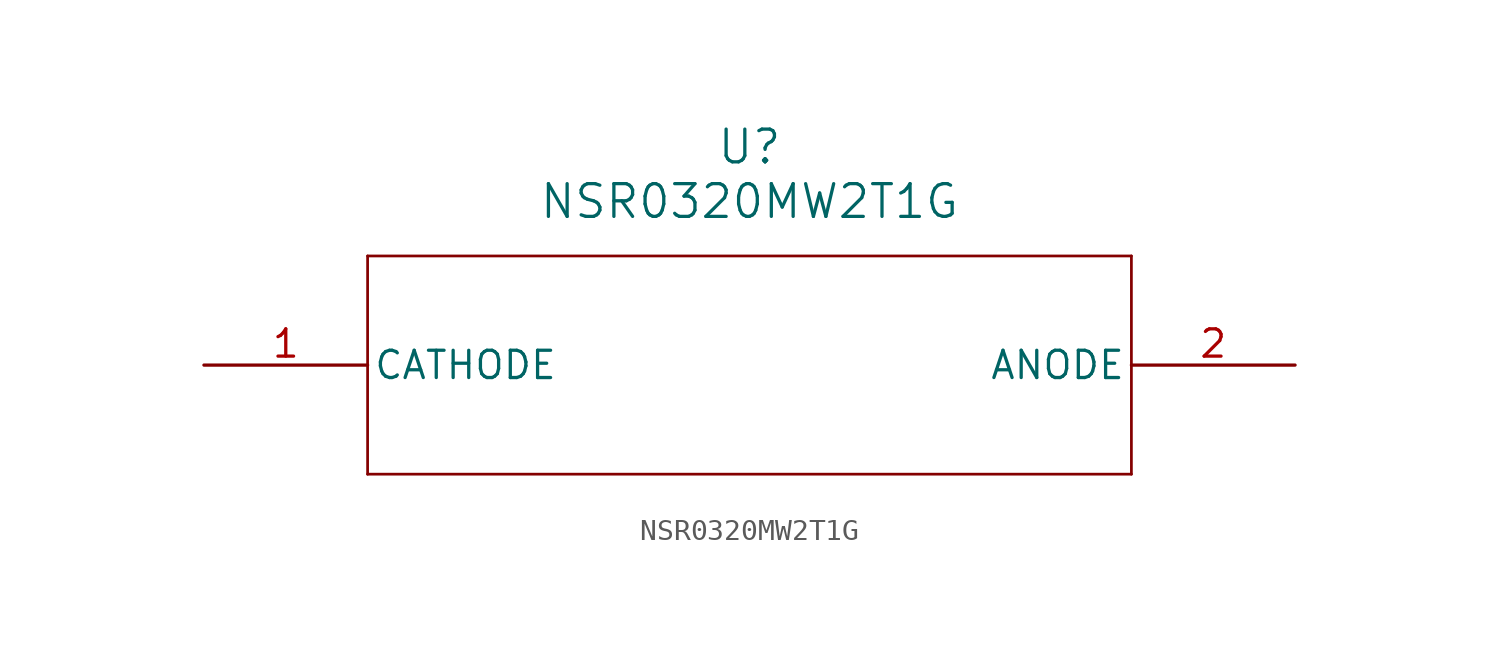
<source format=kicad_sym>
(kicad_symbol_lib
  (version 20211014)
  (generator kicad_symbol_editor)
  (symbol "NSR0320MW2T1G"
    (pin_names
      (offset 0.254))
    (property "Reference" "U"
      (at 25.4 10.16 0)
      (effects (font (size 1.524 1.524))))
    (property "Value" "NSR0320MW2T1G"
      (at 25.4 7.62 0)
      (effects (font (size 1.524 1.524))))
    (symbol "NSR0320MW2T1G_0_1"
      (polyline (pts (xy 7.62 5.08) (xy 7.62 -5.08)) (stroke (width 0.127) (type default) (color 0 0 0 0)) (fill (type none)))
      (polyline (pts (xy 7.62 -5.08) (xy 43.18 -5.08)) (stroke (width 0.127) (type default) (color 0 0 0 0)) (fill (type none)))
      (polyline (pts (xy 43.18 -5.08) (xy 43.18 5.08)) (stroke (width 0.127) (type default) (color 0 0 0 0)) (fill (type none)))
      (polyline (pts (xy 43.18 5.08) (xy 7.62 5.08)) (stroke (width 0.127) (type default) (color 0 0 0 0)) (fill (type none)))
      (pin unspecified line (at 0 0 0) (length 7.62) (name "CATHODE" (effects (font (size 1.27 1.27)))) (number "1" (effects (font (size 1.27 1.27)))))
      (pin unspecified line (at 50.8 0 180) (length 7.62) (name "ANODE" (effects (font (size 1.27 1.27)))) (number "2" (effects (font (size 1.27 1.27))))))))
</source>
